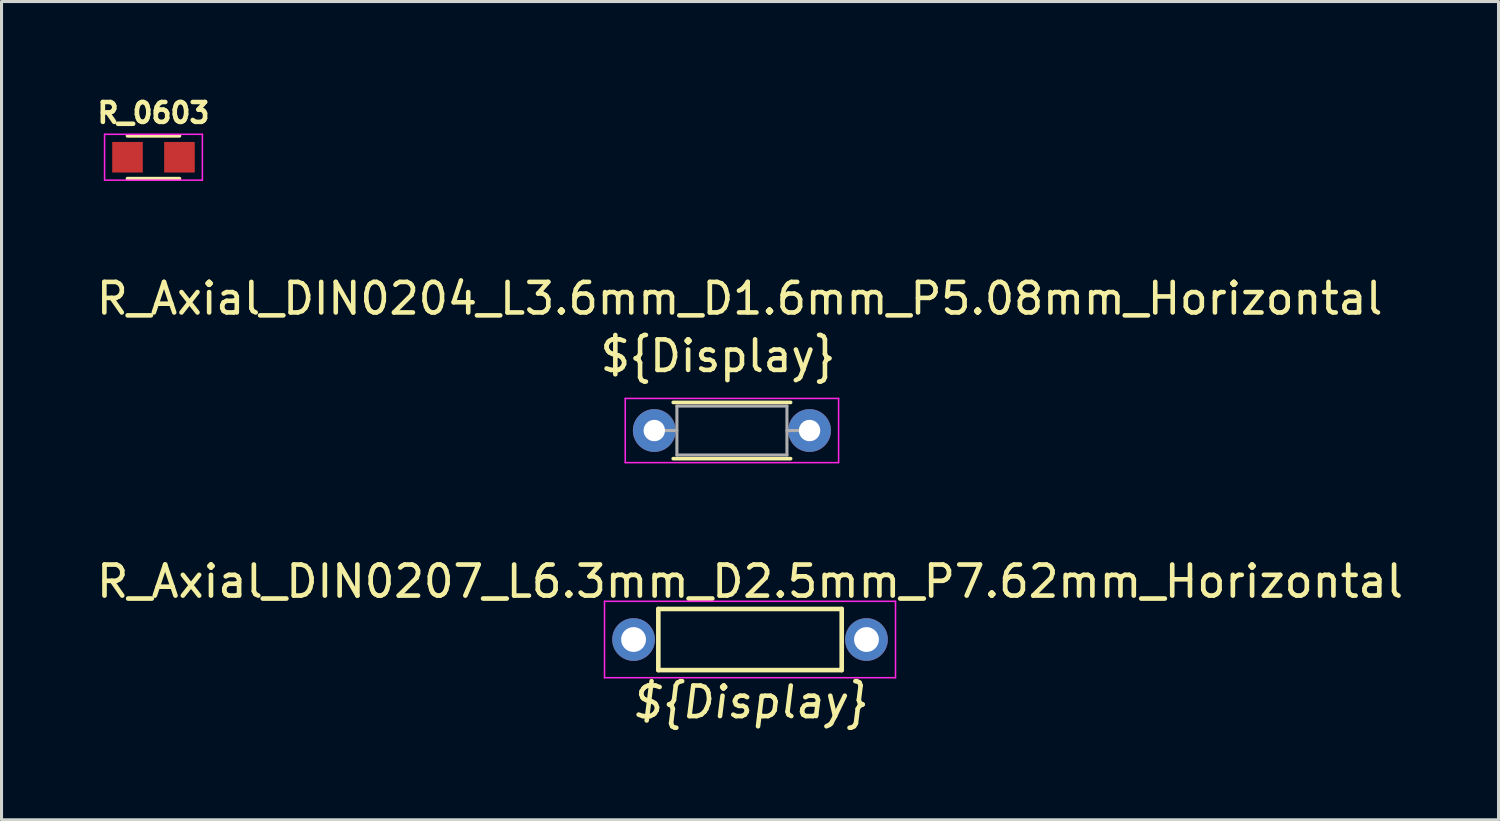
<source format=kicad_pcb>
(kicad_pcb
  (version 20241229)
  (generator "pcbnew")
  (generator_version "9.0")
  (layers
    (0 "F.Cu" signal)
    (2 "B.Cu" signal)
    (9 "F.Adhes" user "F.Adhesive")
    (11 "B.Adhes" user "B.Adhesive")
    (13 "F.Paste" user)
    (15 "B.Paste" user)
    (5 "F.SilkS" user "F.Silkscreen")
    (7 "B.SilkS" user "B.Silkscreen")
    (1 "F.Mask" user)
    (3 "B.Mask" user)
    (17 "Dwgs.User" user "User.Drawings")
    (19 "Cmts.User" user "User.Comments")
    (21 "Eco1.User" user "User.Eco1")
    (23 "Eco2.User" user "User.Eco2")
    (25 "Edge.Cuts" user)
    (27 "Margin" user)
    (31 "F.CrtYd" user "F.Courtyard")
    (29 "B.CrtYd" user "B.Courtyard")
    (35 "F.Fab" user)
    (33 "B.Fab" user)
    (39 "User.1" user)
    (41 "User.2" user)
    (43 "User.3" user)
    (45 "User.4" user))
  (footprint "R_Axial_DIN0204_L3.6mm_D1.6mm_P5.08mm_Horizontal"
    (layer "F.Cu")
    (at 18.355 11.035)
    (property "Reference" "R_Axial_DIN0204_L3.6mm_D1.6mm_P5.08mm_Horizontal" (at 2.794 -4.318 0) (layer "F.SilkS") (effects (font (size 1 1) (thickness 0.15))))
    (attr through_hole)
    (fp_line (start 0.62 -0.92) (end 4.46 -0.92) (stroke (width 0.12) (type solid)) (layer "F.SilkS"))
    (fp_line (start 0.62 0.92) (end 4.46 0.92) (stroke (width 0.12) (type solid)) (layer "F.SilkS"))
    (fp_line (start -0.95 -1.05) (end -0.95 1.05) (stroke (width 0.05) (type solid)) (layer "F.CrtYd"))
    (fp_line (start -0.95 1.05) (end 6.03 1.05) (stroke (width 0.05) (type solid)) (layer "F.CrtYd"))
    (fp_line (start 6.03 -1.05) (end -0.95 -1.05) (stroke (width 0.05) (type solid)) (layer "F.CrtYd"))
    (fp_line (start 6.03 1.05) (end 6.03 -1.05) (stroke (width 0.05) (type solid)) (layer "F.CrtYd"))
    (fp_line (start 0 0) (end 0.74 0) (stroke (width 0.1) (type solid)) (layer "F.Fab"))
    (fp_line (start 0.74 -0.8) (end 0.74 0.8) (stroke (width 0.1) (type solid)) (layer "F.Fab"))
    (fp_line (start 0.74 0.8) (end 4.34 0.8) (stroke (width 0.1) (type solid)) (layer "F.Fab"))
    (fp_line (start 4.34 -0.8) (end 0.74 -0.8) (stroke (width 0.1) (type solid)) (layer "F.Fab"))
    (fp_line (start 4.34 0.8) (end 4.34 -0.8) (stroke (width 0.1) (type solid)) (layer "F.Fab"))
    (fp_line (start 5.08 0) (end 4.34 0) (stroke (width 0.1) (type solid)) (layer "F.Fab"))
    (fp_text user "${Display}" (at 2.083 -2.438 0) (layer "F.SilkS") (effects (font (size 1 1) (thickness 0.15))))
    (pad "1" thru_hole circle (at 0 0) (size 1.4 1.4) (drill 0.7) (layers "*.Cu" "*.Mask"))
    (pad "2" thru_hole oval (at 5.08 0) (size 1.4 1.4) (drill 0.7) (layers "*.Cu" "*.Mask")))
  (footprint "R_0603"
    (layer "F.Cu")
    (at 1.971 2.094)
    (property "Reference" "R_0603" (at 0 -1.45 0) (layer "F.SilkS") (effects (font (size 0.65 0.65) (thickness 0.15))))
    (attr smd)
    (fp_line (start -0.85 -0.7) (end 0.85 -0.7) (stroke (width 0.12) (type solid)) (layer "F.SilkS"))
    (fp_line (start 0.85 0.7) (end -0.85 0.7) (stroke (width 0.12) (type solid)) (layer "F.SilkS"))
    (fp_line (start -1.6 -0.75) (end -1.6 0.75) (stroke (width 0.05) (type solid)) (layer "F.CrtYd"))
    (fp_line (start -1.6 -0.75) (end 1.6 -0.75) (stroke (width 0.05) (type solid)) (layer "F.CrtYd"))
    (fp_line (start -1.6 0.75) (end 1.6 0.75) (stroke (width 0.05) (type solid)) (layer "F.CrtYd"))
    (fp_line (start 1.6 -0.75) (end 1.6 0.75) (stroke (width 0.05) (type solid)) (layer "F.CrtYd"))
    (pad "1" smd rect (at -0.85 0) (size 1 1) (layers "F.Cu" "F.Mask" "F.Paste"))
    (pad "2" smd rect (at 0.85 0) (size 1 1) (layers "F.Cu" "F.Mask" "F.Paste")))
  (footprint "R_Axial_DIN0207_L6.3mm_D2.5mm_P7.62mm_Horizontal"
    (layer "F.Cu")
    (at 21.487 17.872)
    (property "Reference" "R_Axial_DIN0207_L6.3mm_D2.5mm_P7.62mm_Horizontal" (at 0 -1.9 0) (layer "F.SilkS") (effects (font (size 1.016 1.016) (thickness 0.152))))
    (attr through_hole)
    (fp_line (start -3 -1) (end -3 1) (stroke (width 0.15) (type solid)) (layer "F.SilkS"))
    (fp_line (start -3 1) (end 3 1) (stroke (width 0.15) (type solid)) (layer "F.SilkS"))
    (fp_line (start 3 -1) (end -3 -1) (stroke (width 0.15) (type solid)) (layer "F.SilkS"))
    (fp_line (start 3 1) (end 3 -1) (stroke (width 0.15) (type solid)) (layer "F.SilkS"))
    (fp_line (start -4.76 -1.25) (end 4.76 -1.25) (stroke (width 0.05) (type solid)) (layer "F.CrtYd"))
    (fp_line (start -4.76 1.25) (end -4.76 -1.25) (stroke (width 0.05) (type solid)) (layer "F.CrtYd"))
    (fp_line (start 4.76 -1.25) (end 4.76 1.25) (stroke (width 0.05) (type solid)) (layer "F.CrtYd"))
    (fp_line (start 4.76 1.25) (end -4.76 1.25) (stroke (width 0.05) (type solid)) (layer "F.CrtYd"))
    (fp_text user "${Display}" (at 0 2.05 0) (layer "F.SilkS") (effects (font (size 1 1) (thickness 0.15) (italic yes))))
    (pad "1" thru_hole circle (at -3.81 0) (size 1.397 1.397) (drill 0.813) (layers "*.Cu" "*.Mask"))
    (pad "2" thru_hole circle (at 3.81 0) (size 1.397 1.397) (drill 0.813) (layers "*.Cu" "*.Mask")))
  (gr_rect
    (start -3 -3)
    (end 45.974 23.77)
    (stroke (width 0.1) (type default))
    (fill no)
    (layer "Edge.Cuts")))
</source>
